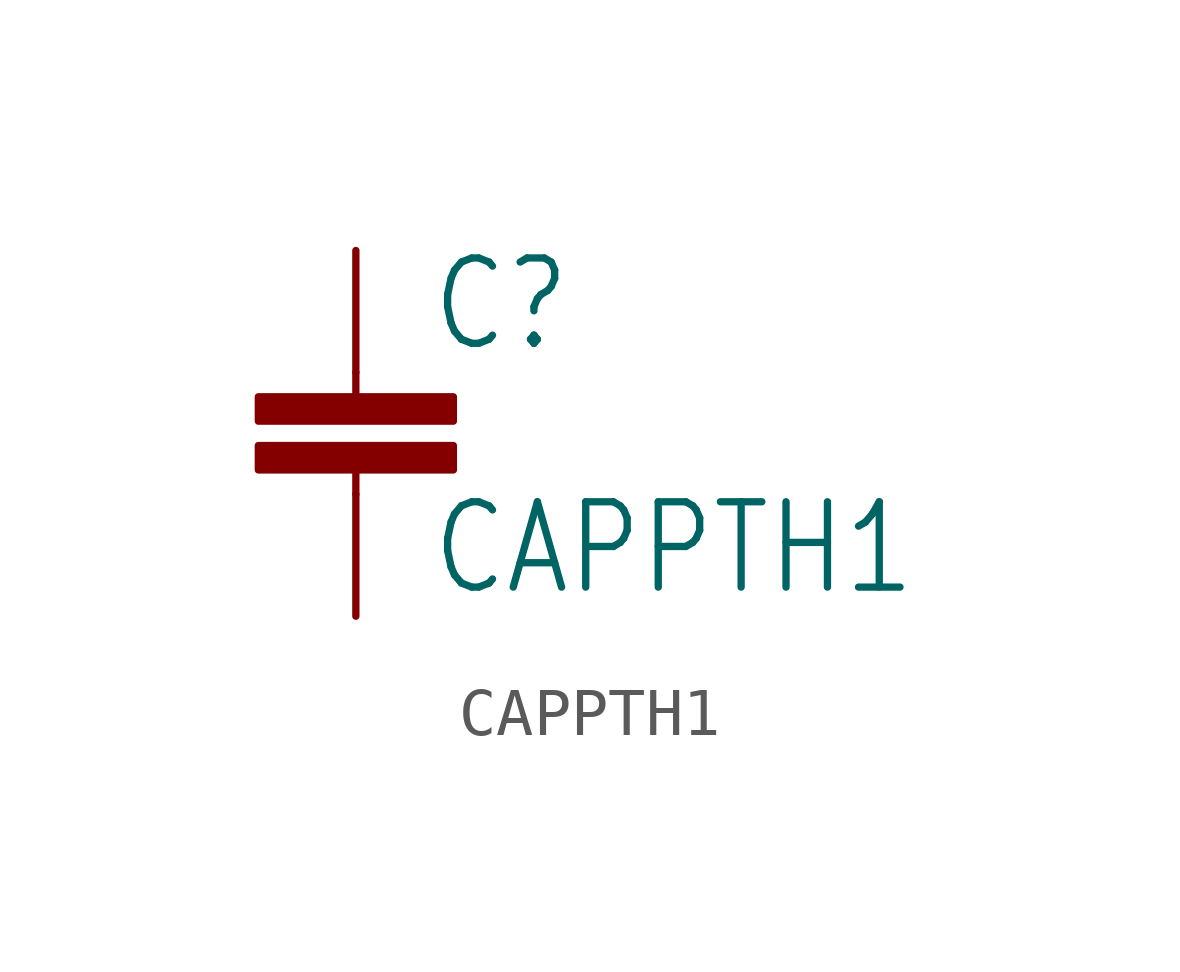
<source format=kicad_sym>
(kicad_symbol_lib
  (version 20220914)
  (generator kicad_symbol_editor)
  (symbol "CAPPTH1"
    (property "Reference" "C"
      (at 1.524 2.921 0)
      (effects (font (size 1.778 1.511)) (justify left bottom)))
    (property "Value" "CAPPTH1"
      (at 1.524 -2.159 0)
      (effects (font (size 1.778 1.511)) (justify left bottom)))
    (property "ki_locked" ""
      (at 0 0 0)
      (effects (font (size 1.27 1.27))))
    (symbol "CAPPTH1_1_0"
      (rectangle (start -2.032 0.508) (end 2.032 1.016) (stroke (width 0) (type default)) (fill (type outline)))
      (rectangle (start -2.032 1.524) (end 2.032 2.032) (stroke (width 0) (type default)) (fill (type outline)))
      (polyline (pts (xy 0 0) (xy 0 0.508)) (stroke (width 0.152) (type default)) (fill (type none)))
      (polyline (pts (xy 0 2.54) (xy 0 2.032)) (stroke (width 0.152) (type default)) (fill (type none)))
      (pin passive line (at 0 5.08 270) (length 2.54) (name "1" (effects (font (size 0 0)))) (number "1" (effects (font (size 0 0)))))
      (pin passive line (at 0 -2.54 90) (length 2.54) (name "2" (effects (font (size 0 0)))) (number "2" (effects (font (size 0 0))))))))
</source>
